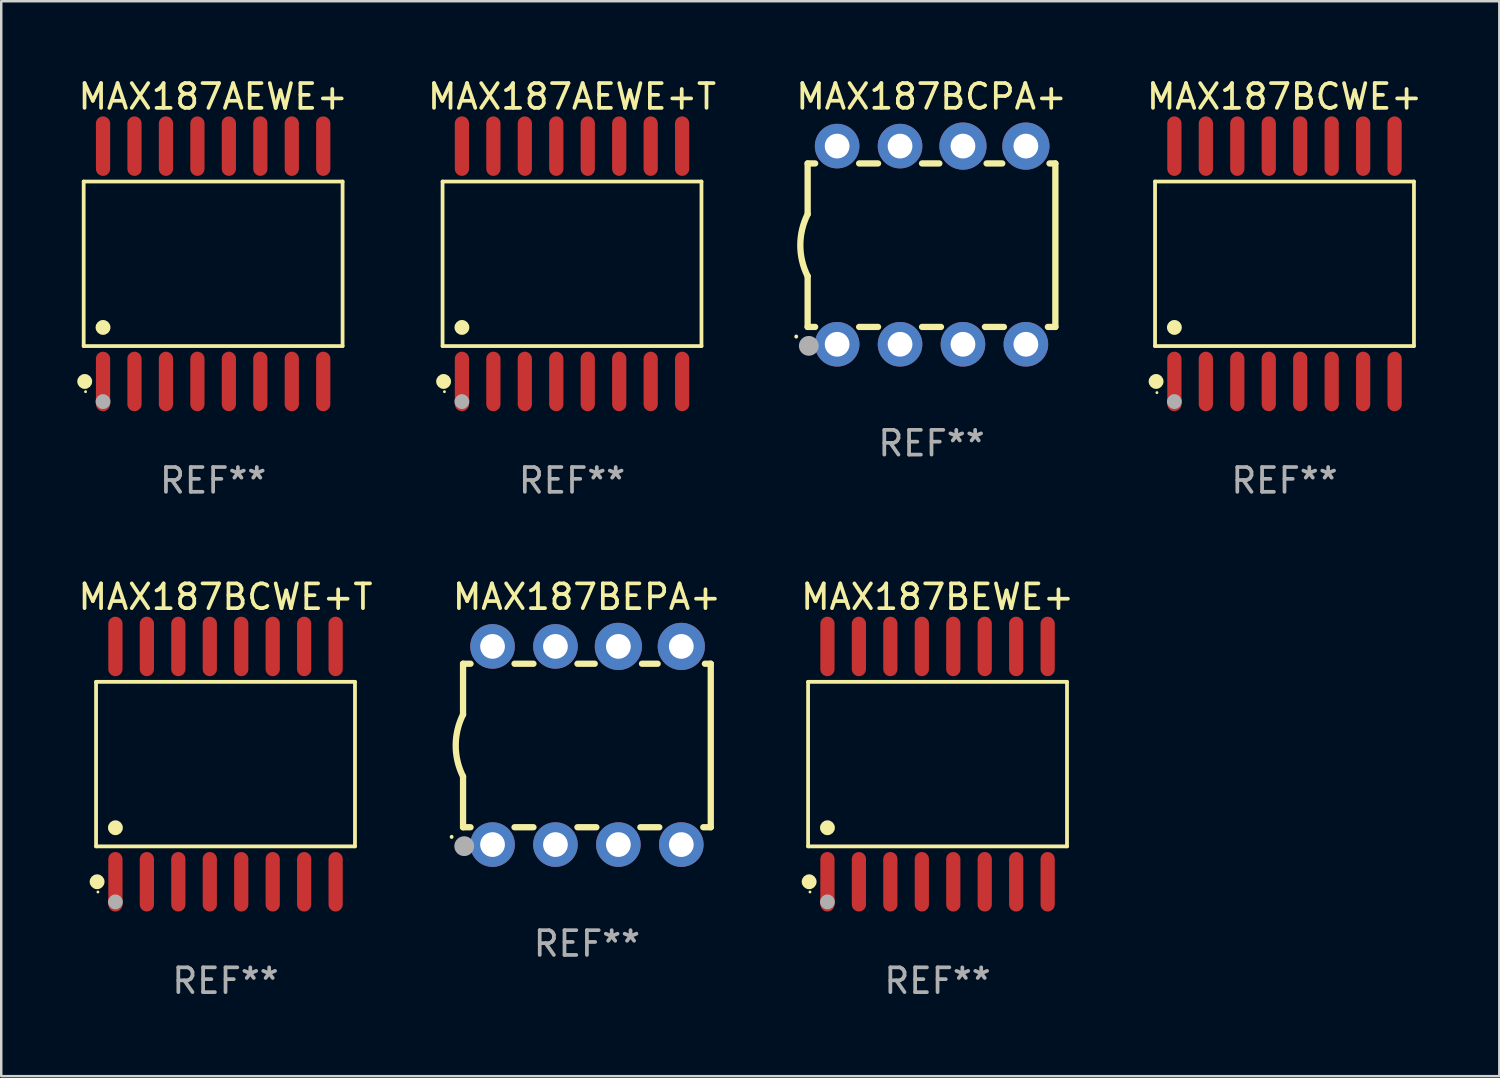
<source format=kicad_pcb>
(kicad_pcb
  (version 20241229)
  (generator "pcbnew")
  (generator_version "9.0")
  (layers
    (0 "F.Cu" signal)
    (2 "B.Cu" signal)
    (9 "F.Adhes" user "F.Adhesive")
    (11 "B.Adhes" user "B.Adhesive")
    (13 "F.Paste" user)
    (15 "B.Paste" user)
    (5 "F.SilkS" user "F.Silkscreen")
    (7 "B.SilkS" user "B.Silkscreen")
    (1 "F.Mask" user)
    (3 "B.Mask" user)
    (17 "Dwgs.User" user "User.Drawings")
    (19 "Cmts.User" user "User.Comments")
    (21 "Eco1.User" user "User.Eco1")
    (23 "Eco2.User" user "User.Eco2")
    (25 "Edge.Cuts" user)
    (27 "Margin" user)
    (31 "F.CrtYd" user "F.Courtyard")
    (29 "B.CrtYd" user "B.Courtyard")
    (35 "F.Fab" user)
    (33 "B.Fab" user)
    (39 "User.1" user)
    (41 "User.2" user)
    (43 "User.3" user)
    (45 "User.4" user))
  (footprint "MAX187BEPA+"
    (layer "F.Cu")
    (at 20.643 27.045)
    (property "Reference" "MAX187BEPA+" (at 0 -6 0) (layer "F.SilkS") (effects (font (size 1 1) (thickness 0.15))))
    (attr through_hole)
    (fp_line (start -5 -3.3) (end -5 -1.25) (stroke (width 0.254) (type solid)) (layer "F.SilkS"))
    (fp_line (start -5 -3.3) (end -4.698 -3.3) (stroke (width 0.254) (type solid)) (layer "F.SilkS"))
    (fp_line (start -5 3.3) (end -5 1.25) (stroke (width 0.254) (type solid)) (layer "F.SilkS"))
    (fp_line (start -5 3.3) (end -4.698 3.3) (stroke (width 0.254) (type solid)) (layer "F.SilkS"))
    (fp_line (start -2.922 -3.3) (end -2.158 -3.3) (stroke (width 0.254) (type solid)) (layer "F.SilkS"))
    (fp_line (start -2.922 3.3) (end -2.158 3.3) (stroke (width 0.254) (type solid)) (layer "F.SilkS"))
    (fp_line (start -0.382 -3.3) (end 0.316 -3.3) (stroke (width 0.254) (type solid)) (layer "F.SilkS"))
    (fp_line (start -0.382 3.3) (end 0.382 3.3) (stroke (width 0.254) (type solid)) (layer "F.SilkS"))
    (fp_line (start 2.158 3.3) (end 2.922 3.3) (stroke (width 0.254) (type solid)) (layer "F.SilkS"))
    (fp_line (start 2.224 -3.3) (end 2.856 -3.3) (stroke (width 0.254) (type solid)) (layer "F.SilkS"))
    (fp_line (start 4.698 3.3) (end 5 3.3) (stroke (width 0.254) (type solid)) (layer "F.SilkS"))
    (fp_line (start 4.764 -3.3) (end 5 -3.3) (stroke (width 0.254) (type solid)) (layer "F.SilkS"))
    (fp_line (start 5 -3.3) (end 5 3.3) (stroke (width 0.254) (type solid)) (layer "F.SilkS"))
    (fp_arc (start -5.46124 3.694259) (mid -5.461175 3.688632) (end -5.460986 3.683007) (stroke (width 0.149987) (type solid)) (layer "F.SilkS"))
    (fp_arc (start -5.00127 1.249682) (mid -5.295892 -0.000313) (end -5.000025 -1.250013) (stroke (width 0.254001) (type solid)) (layer "F.SilkS"))
    (fp_circle (center -4.795 4.237) (end -4.765 4.237) (stroke (width 0.06) (type solid)) (fill no) (layer "F.SilkS"))
    (fp_circle (center -4.953 4.064) (end -4.753 4.064) (stroke (width 0.4) (type solid)) (fill no) (layer "F.Fab"))
    (fp_text user "REF**" (at 0 8 0) (layer "F.Fab") (effects (font (size 1 1) (thickness 0.15))))
    (pad "1" thru_hole circle (at -3.81 4) (size 1.8 1.8) (drill 1) (layers "*.Cu" "*.Mask"))
    (pad "2" thru_hole circle (at -1.27 4) (size 1.8 1.8) (drill 1) (layers "*.Cu" "*.Mask"))
    (pad "3" thru_hole circle (at 1.27 4) (size 1.8 1.8) (drill 1) (layers "*.Cu" "*.Mask"))
    (pad "4" thru_hole circle (at 3.81 4) (size 1.8 1.8) (drill 1) (layers "*.Cu" "*.Mask"))
    (pad "5" thru_hole circle (at 3.81 -4) (size 1.905 1.905) (drill 1) (layers "*.Cu" "*.Mask"))
    (pad "6" thru_hole circle (at 1.27 -4) (size 1.905 1.905) (drill 1) (layers "*.Cu" "*.Mask"))
    (pad "7" thru_hole circle (at -1.27 -4) (size 1.8 1.8) (drill 1) (layers "*.Cu" "*.Mask"))
    (pad "8" thru_hole circle (at -3.81 -4) (size 1.8 1.8) (drill 1) (layers "*.Cu" "*.Mask")))
  (footprint "MAX187BEWE+"
    (layer "F.Cu")
    (at 34.798 27.796)
    (property "Reference" "MAX187BEWE+" (at 0 -6.75 0) (layer "F.SilkS") (effects (font (size 1 1) (thickness 0.15))))
    (attr through_hole)
    (fp_line (start -5.226 -3.321) (end 5.226 -3.321) (stroke (width 0.152) (type solid)) (layer "F.SilkS"))
    (fp_line (start -5.226 3.321) (end -5.226 -3.321) (stroke (width 0.152) (type solid)) (layer "F.SilkS"))
    (fp_line (start 5.226 -3.321) (end 5.226 3.321) (stroke (width 0.152) (type solid)) (layer "F.SilkS"))
    (fp_line (start 5.226 3.321) (end -5.226 3.321) (stroke (width 0.152) (type solid)) (layer "F.SilkS"))
    (fp_circle (center -5.184 4.75) (end -5.034 4.75) (stroke (width 0.3) (type solid)) (fill no) (layer "F.SilkS"))
    (fp_circle (center -5.15 5.163) (end -5.12 5.163) (stroke (width 0.06) (type solid)) (fill no) (layer "F.SilkS"))
    (fp_circle (center -4.445 2.569) (end -4.295 2.569) (stroke (width 0.3) (type solid)) (fill no) (layer "F.SilkS"))
    (fp_circle (center -4.445 5.563) (end -4.295 5.563) (stroke (width 0.3) (type solid)) (fill no) (layer "F.Fab"))
    (fp_text user "REF**" (at 0 8.75 0) (layer "F.Fab") (effects (font (size 1 1) (thickness 0.15))))
    (pad "1" smd oval (at -4.445 4.75) (size 0.574 2.401) (layers "F.Cu" "F.Mask" "F.Paste"))
    (pad "2" smd oval (at -3.175 4.75) (size 0.574 2.401) (layers "F.Cu" "F.Mask" "F.Paste"))
    (pad "3" smd oval (at -1.905 4.75) (size 0.574 2.401) (layers "F.Cu" "F.Mask" "F.Paste"))
    (pad "4" smd oval (at -0.635 4.75) (size 0.574 2.401) (layers "F.Cu" "F.Mask" "F.Paste"))
    (pad "5" smd oval (at 0.635 4.75) (size 0.574 2.401) (layers "F.Cu" "F.Mask" "F.Paste"))
    (pad "6" smd oval (at 1.905 4.75) (size 0.574 2.401) (layers "F.Cu" "F.Mask" "F.Paste"))
    (pad "7" smd oval (at 3.175 4.75) (size 0.574 2.401) (layers "F.Cu" "F.Mask" "F.Paste"))
    (pad "8" smd oval (at 4.445 4.75) (size 0.574 2.401) (layers "F.Cu" "F.Mask" "F.Paste"))
    (pad "9" smd oval (at 4.445 -4.75) (size 0.574 2.401) (layers "F.Cu" "F.Mask" "F.Paste"))
    (pad "10" smd oval (at 3.175 -4.75) (size 0.574 2.401) (layers "F.Cu" "F.Mask" "F.Paste"))
    (pad "11" smd oval (at 1.905 -4.75) (size 0.574 2.401) (layers "F.Cu" "F.Mask" "F.Paste"))
    (pad "12" smd oval (at 0.635 -4.75) (size 0.574 2.401) (layers "F.Cu" "F.Mask" "F.Paste"))
    (pad "13" smd oval (at -0.635 -4.75) (size 0.574 2.401) (layers "F.Cu" "F.Mask" "F.Paste"))
    (pad "14" smd oval (at -1.905 -4.75) (size 0.574 2.401) (layers "F.Cu" "F.Mask" "F.Paste"))
    (pad "15" smd oval (at -3.175 -4.75) (size 0.574 2.401) (layers "F.Cu" "F.Mask" "F.Paste"))
    (pad "16" smd oval (at -4.445 -4.75) (size 0.574 2.401) (layers "F.Cu" "F.Mask" "F.Paste")))
  (footprint "MAX187BCPA+"
    (layer "F.Cu")
    (at 34.554 6.848)
    (property "Reference" "MAX187BCPA+" (at 0 -6 0) (layer "F.SilkS") (effects (font (size 1 1) (thickness 0.15))))
    (attr through_hole)
    (fp_line (start -5 -3.3) (end -5 -1.25) (stroke (width 0.254) (type solid)) (layer "F.SilkS"))
    (fp_line (start -5 -3.3) (end -4.698 -3.3) (stroke (width 0.254) (type solid)) (layer "F.SilkS"))
    (fp_line (start -5 3.3) (end -5 1.25) (stroke (width 0.254) (type solid)) (layer "F.SilkS"))
    (fp_line (start -5 3.3) (end -4.698 3.3) (stroke (width 0.254) (type solid)) (layer "F.SilkS"))
    (fp_line (start -2.922 -3.3) (end -2.158 -3.3) (stroke (width 0.254) (type solid)) (layer "F.SilkS"))
    (fp_line (start -2.922 3.3) (end -2.158 3.3) (stroke (width 0.254) (type solid)) (layer "F.SilkS"))
    (fp_line (start -0.382 -3.3) (end 0.316 -3.3) (stroke (width 0.254) (type solid)) (layer "F.SilkS"))
    (fp_line (start -0.382 3.3) (end 0.382 3.3) (stroke (width 0.254) (type solid)) (layer "F.SilkS"))
    (fp_line (start 2.158 3.3) (end 2.922 3.3) (stroke (width 0.254) (type solid)) (layer "F.SilkS"))
    (fp_line (start 2.224 -3.3) (end 2.856 -3.3) (stroke (width 0.254) (type solid)) (layer "F.SilkS"))
    (fp_line (start 4.698 3.3) (end 5 3.3) (stroke (width 0.254) (type solid)) (layer "F.SilkS"))
    (fp_line (start 4.764 -3.3) (end 5 -3.3) (stroke (width 0.254) (type solid)) (layer "F.SilkS"))
    (fp_line (start 5 -3.3) (end 5 3.3) (stroke (width 0.254) (type solid)) (layer "F.SilkS"))
    (fp_arc (start -5.46124 3.694259) (mid -5.461175 3.688632) (end -5.460986 3.683007) (stroke (width 0.149987) (type solid)) (layer "F.SilkS"))
    (fp_arc (start -5.00127 1.249682) (mid -5.295892 -0.000313) (end -5.000025 -1.250013) (stroke (width 0.254001) (type solid)) (layer "F.SilkS"))
    (fp_circle (center -4.795 4.237) (end -4.765 4.237) (stroke (width 0.06) (type solid)) (fill no) (layer "F.SilkS"))
    (fp_circle (center -4.953 4.064) (end -4.753 4.064) (stroke (width 0.4) (type solid)) (fill no) (layer "F.Fab"))
    (fp_text user "REF**" (at 0 8 0) (layer "F.Fab") (effects (font (size 1 1) (thickness 0.15))))
    (pad "1" thru_hole circle (at -3.81 4) (size 1.8 1.8) (drill 1) (layers "*.Cu" "*.Mask"))
    (pad "2" thru_hole circle (at -1.27 4) (size 1.8 1.8) (drill 1) (layers "*.Cu" "*.Mask"))
    (pad "3" thru_hole circle (at 1.27 4) (size 1.8 1.8) (drill 1) (layers "*.Cu" "*.Mask"))
    (pad "4" thru_hole circle (at 3.81 4) (size 1.8 1.8) (drill 1) (layers "*.Cu" "*.Mask"))
    (pad "5" thru_hole circle (at 3.81 -4) (size 1.905 1.905) (drill 1) (layers "*.Cu" "*.Mask"))
    (pad "6" thru_hole circle (at 1.27 -4) (size 1.905 1.905) (drill 1) (layers "*.Cu" "*.Mask"))
    (pad "7" thru_hole circle (at -1.27 -4) (size 1.8 1.8) (drill 1) (layers "*.Cu" "*.Mask"))
    (pad "8" thru_hole circle (at -3.81 -4) (size 1.8 1.8) (drill 1) (layers "*.Cu" "*.Mask")))
  (footprint "MAX187BCWE+T"
    (layer "F.Cu")
    (at 6.054 27.796)
    (property "Reference" "MAX187BCWE+T" (at 0 -6.75 0) (layer "F.SilkS") (effects (font (size 1 1) (thickness 0.15))))
    (attr through_hole)
    (fp_line (start -5.226 -3.321) (end 5.226 -3.321) (stroke (width 0.152) (type solid)) (layer "F.SilkS"))
    (fp_line (start -5.226 3.321) (end -5.226 -3.321) (stroke (width 0.152) (type solid)) (layer "F.SilkS"))
    (fp_line (start 5.226 -3.321) (end 5.226 3.321) (stroke (width 0.152) (type solid)) (layer "F.SilkS"))
    (fp_line (start 5.226 3.321) (end -5.226 3.321) (stroke (width 0.152) (type solid)) (layer "F.SilkS"))
    (fp_circle (center -5.184 4.75) (end -5.034 4.75) (stroke (width 0.3) (type solid)) (fill no) (layer "F.SilkS"))
    (fp_circle (center -5.15 5.163) (end -5.12 5.163) (stroke (width 0.06) (type solid)) (fill no) (layer "F.SilkS"))
    (fp_circle (center -4.445 2.569) (end -4.295 2.569) (stroke (width 0.3) (type solid)) (fill no) (layer "F.SilkS"))
    (fp_circle (center -4.445 5.563) (end -4.295 5.563) (stroke (width 0.3) (type solid)) (fill no) (layer "F.Fab"))
    (fp_text user "REF**" (at 0 8.75 0) (layer "F.Fab") (effects (font (size 1 1) (thickness 0.15))))
    (pad "1" smd oval (at -4.445 4.75) (size 0.574 2.401) (layers "F.Cu" "F.Mask" "F.Paste"))
    (pad "2" smd oval (at -3.175 4.75) (size 0.574 2.401) (layers "F.Cu" "F.Mask" "F.Paste"))
    (pad "3" smd oval (at -1.905 4.75) (size 0.574 2.401) (layers "F.Cu" "F.Mask" "F.Paste"))
    (pad "4" smd oval (at -0.635 4.75) (size 0.574 2.401) (layers "F.Cu" "F.Mask" "F.Paste"))
    (pad "5" smd oval (at 0.635 4.75) (size 0.574 2.401) (layers "F.Cu" "F.Mask" "F.Paste"))
    (pad "6" smd oval (at 1.905 4.75) (size 0.574 2.401) (layers "F.Cu" "F.Mask" "F.Paste"))
    (pad "7" smd oval (at 3.175 4.75) (size 0.574 2.401) (layers "F.Cu" "F.Mask" "F.Paste"))
    (pad "8" smd oval (at 4.445 4.75) (size 0.574 2.401) (layers "F.Cu" "F.Mask" "F.Paste"))
    (pad "9" smd oval (at 4.445 -4.75) (size 0.574 2.401) (layers "F.Cu" "F.Mask" "F.Paste"))
    (pad "10" smd oval (at 3.175 -4.75) (size 0.574 2.401) (layers "F.Cu" "F.Mask" "F.Paste"))
    (pad "11" smd oval (at 1.905 -4.75) (size 0.574 2.401) (layers "F.Cu" "F.Mask" "F.Paste"))
    (pad "12" smd oval (at 0.635 -4.75) (size 0.574 2.401) (layers "F.Cu" "F.Mask" "F.Paste"))
    (pad "13" smd oval (at -0.635 -4.75) (size 0.574 2.401) (layers "F.Cu" "F.Mask" "F.Paste"))
    (pad "14" smd oval (at -1.905 -4.75) (size 0.574 2.401) (layers "F.Cu" "F.Mask" "F.Paste"))
    (pad "15" smd oval (at -3.175 -4.75) (size 0.574 2.401) (layers "F.Cu" "F.Mask" "F.Paste"))
    (pad "16" smd oval (at -4.445 -4.75) (size 0.574 2.401) (layers "F.Cu" "F.Mask" "F.Paste")))
  (footprint "MAX187AEWE+T"
    (layer "F.Cu")
    (at 20.042 7.599)
    (property "Reference" "MAX187AEWE+T" (at 0 -6.75 0) (layer "F.SilkS") (effects (font (size 1 1) (thickness 0.15))))
    (attr through_hole)
    (fp_line (start -5.226 -3.321) (end 5.226 -3.321) (stroke (width 0.152) (type solid)) (layer "F.SilkS"))
    (fp_line (start -5.226 3.321) (end -5.226 -3.321) (stroke (width 0.152) (type solid)) (layer "F.SilkS"))
    (fp_line (start 5.226 -3.321) (end 5.226 3.321) (stroke (width 0.152) (type solid)) (layer "F.SilkS"))
    (fp_line (start 5.226 3.321) (end -5.226 3.321) (stroke (width 0.152) (type solid)) (layer "F.SilkS"))
    (fp_circle (center -5.184 4.75) (end -5.034 4.75) (stroke (width 0.3) (type solid)) (fill no) (layer "F.SilkS"))
    (fp_circle (center -5.15 5.163) (end -5.12 5.163) (stroke (width 0.06) (type solid)) (fill no) (layer "F.SilkS"))
    (fp_circle (center -4.445 2.569) (end -4.295 2.569) (stroke (width 0.3) (type solid)) (fill no) (layer "F.SilkS"))
    (fp_circle (center -4.445 5.563) (end -4.295 5.563) (stroke (width 0.3) (type solid)) (fill no) (layer "F.Fab"))
    (fp_text user "REF**" (at 0 8.75 0) (layer "F.Fab") (effects (font (size 1 1) (thickness 0.15))))
    (pad "1" smd oval (at -4.445 4.75) (size 0.574 2.401) (layers "F.Cu" "F.Mask" "F.Paste"))
    (pad "2" smd oval (at -3.175 4.75) (size 0.574 2.401) (layers "F.Cu" "F.Mask" "F.Paste"))
    (pad "3" smd oval (at -1.905 4.75) (size 0.574 2.401) (layers "F.Cu" "F.Mask" "F.Paste"))
    (pad "4" smd oval (at -0.635 4.75) (size 0.574 2.401) (layers "F.Cu" "F.Mask" "F.Paste"))
    (pad "5" smd oval (at 0.635 4.75) (size 0.574 2.401) (layers "F.Cu" "F.Mask" "F.Paste"))
    (pad "6" smd oval (at 1.905 4.75) (size 0.574 2.401) (layers "F.Cu" "F.Mask" "F.Paste"))
    (pad "7" smd oval (at 3.175 4.75) (size 0.574 2.401) (layers "F.Cu" "F.Mask" "F.Paste"))
    (pad "8" smd oval (at 4.445 4.75) (size 0.574 2.401) (layers "F.Cu" "F.Mask" "F.Paste"))
    (pad "9" smd oval (at 4.445 -4.75) (size 0.574 2.401) (layers "F.Cu" "F.Mask" "F.Paste"))
    (pad "10" smd oval (at 3.175 -4.75) (size 0.574 2.401) (layers "F.Cu" "F.Mask" "F.Paste"))
    (pad "11" smd oval (at 1.905 -4.75) (size 0.574 2.401) (layers "F.Cu" "F.Mask" "F.Paste"))
    (pad "12" smd oval (at 0.635 -4.75) (size 0.574 2.401) (layers "F.Cu" "F.Mask" "F.Paste"))
    (pad "13" smd oval (at -0.635 -4.75) (size 0.574 2.401) (layers "F.Cu" "F.Mask" "F.Paste"))
    (pad "14" smd oval (at -1.905 -4.75) (size 0.574 2.401) (layers "F.Cu" "F.Mask" "F.Paste"))
    (pad "15" smd oval (at -3.175 -4.75) (size 0.574 2.401) (layers "F.Cu" "F.Mask" "F.Paste"))
    (pad "16" smd oval (at -4.445 -4.75) (size 0.574 2.401) (layers "F.Cu" "F.Mask" "F.Paste")))
  (footprint "MAX187BCWE+"
    (layer "F.Cu")
    (at 48.804 7.599)
    (property "Reference" "MAX187BCWE+" (at 0 -6.75 0) (layer "F.SilkS") (effects (font (size 1 1) (thickness 0.15))))
    (attr through_hole)
    (fp_line (start -5.226 -3.321) (end 5.226 -3.321) (stroke (width 0.152) (type solid)) (layer "F.SilkS"))
    (fp_line (start -5.226 3.321) (end -5.226 -3.321) (stroke (width 0.152) (type solid)) (layer "F.SilkS"))
    (fp_line (start 5.226 -3.321) (end 5.226 3.321) (stroke (width 0.152) (type solid)) (layer "F.SilkS"))
    (fp_line (start 5.226 3.321) (end -5.226 3.321) (stroke (width 0.152) (type solid)) (layer "F.SilkS"))
    (fp_circle (center -5.184 4.75) (end -5.034 4.75) (stroke (width 0.3) (type solid)) (fill no) (layer "F.SilkS"))
    (fp_circle (center -5.15 5.2) (end -5.12 5.2) (stroke (width 0.06) (type solid)) (fill no) (layer "F.SilkS"))
    (fp_circle (center -4.445 2.569) (end -4.295 2.569) (stroke (width 0.3) (type solid)) (fill no) (layer "F.SilkS"))
    (fp_circle (center -4.445 5.563) (end -4.295 5.563) (stroke (width 0.3) (type solid)) (fill no) (layer "F.Fab"))
    (fp_text user "REF**" (at 0 8.75 0) (layer "F.Fab") (effects (font (size 1 1) (thickness 0.15))))
    (pad "1" smd oval (at -4.445 4.75) (size 0.574 2.401) (layers "F.Cu" "F.Mask" "F.Paste"))
    (pad "2" smd oval (at -3.175 4.75) (size 0.574 2.401) (layers "F.Cu" "F.Mask" "F.Paste"))
    (pad "3" smd oval (at -1.905 4.75) (size 0.574 2.401) (layers "F.Cu" "F.Mask" "F.Paste"))
    (pad "4" smd oval (at -0.635 4.75) (size 0.574 2.401) (layers "F.Cu" "F.Mask" "F.Paste"))
    (pad "5" smd oval (at 0.635 4.75) (size 0.574 2.401) (layers "F.Cu" "F.Mask" "F.Paste"))
    (pad "6" smd oval (at 1.905 4.75) (size 0.574 2.401) (layers "F.Cu" "F.Mask" "F.Paste"))
    (pad "7" smd oval (at 3.175 4.75) (size 0.574 2.401) (layers "F.Cu" "F.Mask" "F.Paste"))
    (pad "8" smd oval (at 4.445 4.75) (size 0.574 2.401) (layers "F.Cu" "F.Mask" "F.Paste"))
    (pad "9" smd oval (at 4.445 -4.75) (size 0.574 2.401) (layers "F.Cu" "F.Mask" "F.Paste"))
    (pad "10" smd oval (at 3.175 -4.75) (size 0.574 2.401) (layers "F.Cu" "F.Mask" "F.Paste"))
    (pad "11" smd oval (at 1.905 -4.75) (size 0.574 2.401) (layers "F.Cu" "F.Mask" "F.Paste"))
    (pad "12" smd oval (at 0.635 -4.75) (size 0.574 2.401) (layers "F.Cu" "F.Mask" "F.Paste"))
    (pad "13" smd oval (at -0.635 -4.75) (size 0.574 2.401) (layers "F.Cu" "F.Mask" "F.Paste"))
    (pad "14" smd oval (at -1.905 -4.75) (size 0.574 2.401) (layers "F.Cu" "F.Mask" "F.Paste"))
    (pad "15" smd oval (at -3.175 -4.75) (size 0.574 2.401) (layers "F.Cu" "F.Mask" "F.Paste"))
    (pad "16" smd oval (at -4.445 -4.75) (size 0.574 2.401) (layers "F.Cu" "F.Mask" "F.Paste")))
  (footprint "MAX187AEWE+"
    (layer "F.Cu")
    (at 5.554 7.599)
    (property "Reference" "MAX187AEWE+" (at 0 -6.75 0) (layer "F.SilkS") (effects (font (size 1 1) (thickness 0.15))))
    (attr through_hole)
    (fp_line (start -5.226 -3.321) (end 5.226 -3.321) (stroke (width 0.152) (type solid)) (layer "F.SilkS"))
    (fp_line (start -5.226 3.321) (end -5.226 -3.321) (stroke (width 0.152) (type solid)) (layer "F.SilkS"))
    (fp_line (start 5.226 -3.321) (end 5.226 3.321) (stroke (width 0.152) (type solid)) (layer "F.SilkS"))
    (fp_line (start 5.226 3.321) (end -5.226 3.321) (stroke (width 0.152) (type solid)) (layer "F.SilkS"))
    (fp_circle (center -5.184 4.75) (end -5.034 4.75) (stroke (width 0.3) (type solid)) (fill no) (layer "F.SilkS"))
    (fp_circle (center -5.15 5.163) (end -5.12 5.163) (stroke (width 0.06) (type solid)) (fill no) (layer "F.SilkS"))
    (fp_circle (center -4.445 2.569) (end -4.295 2.569) (stroke (width 0.3) (type solid)) (fill no) (layer "F.SilkS"))
    (fp_circle (center -4.445 5.563) (end -4.295 5.563) (stroke (width 0.3) (type solid)) (fill no) (layer "F.Fab"))
    (fp_text user "REF**" (at 0 8.75 0) (layer "F.Fab") (effects (font (size 1 1) (thickness 0.15))))
    (pad "1" smd oval (at -4.445 4.75) (size 0.574 2.401) (layers "F.Cu" "F.Mask" "F.Paste"))
    (pad "2" smd oval (at -3.175 4.75) (size 0.574 2.401) (layers "F.Cu" "F.Mask" "F.Paste"))
    (pad "3" smd oval (at -1.905 4.75) (size 0.574 2.401) (layers "F.Cu" "F.Mask" "F.Paste"))
    (pad "4" smd oval (at -0.635 4.75) (size 0.574 2.401) (layers "F.Cu" "F.Mask" "F.Paste"))
    (pad "5" smd oval (at 0.635 4.75) (size 0.574 2.401) (layers "F.Cu" "F.Mask" "F.Paste"))
    (pad "6" smd oval (at 1.905 4.75) (size 0.574 2.401) (layers "F.Cu" "F.Mask" "F.Paste"))
    (pad "7" smd oval (at 3.175 4.75) (size 0.574 2.401) (layers "F.Cu" "F.Mask" "F.Paste"))
    (pad "8" smd oval (at 4.445 4.75) (size 0.574 2.401) (layers "F.Cu" "F.Mask" "F.Paste"))
    (pad "9" smd oval (at 4.445 -4.75) (size 0.574 2.401) (layers "F.Cu" "F.Mask" "F.Paste"))
    (pad "10" smd oval (at 3.175 -4.75) (size 0.574 2.401) (layers "F.Cu" "F.Mask" "F.Paste"))
    (pad "11" smd oval (at 1.905 -4.75) (size 0.574 2.401) (layers "F.Cu" "F.Mask" "F.Paste"))
    (pad "12" smd oval (at 0.635 -4.75) (size 0.574 2.401) (layers "F.Cu" "F.Mask" "F.Paste"))
    (pad "13" smd oval (at -0.635 -4.75) (size 0.574 2.401) (layers "F.Cu" "F.Mask" "F.Paste"))
    (pad "14" smd oval (at -1.905 -4.75) (size 0.574 2.401) (layers "F.Cu" "F.Mask" "F.Paste"))
    (pad "15" smd oval (at -3.175 -4.75) (size 0.574 2.401) (layers "F.Cu" "F.Mask" "F.Paste"))
    (pad "16" smd oval (at -4.445 -4.75) (size 0.574 2.401) (layers "F.Cu" "F.Mask" "F.Paste")))
  (gr_rect
    (start -3 -3)
    (end 57.476 40.394)
    (stroke (width 0.1) (type default))
    (fill no)
    (layer "Edge.Cuts")))
</source>
